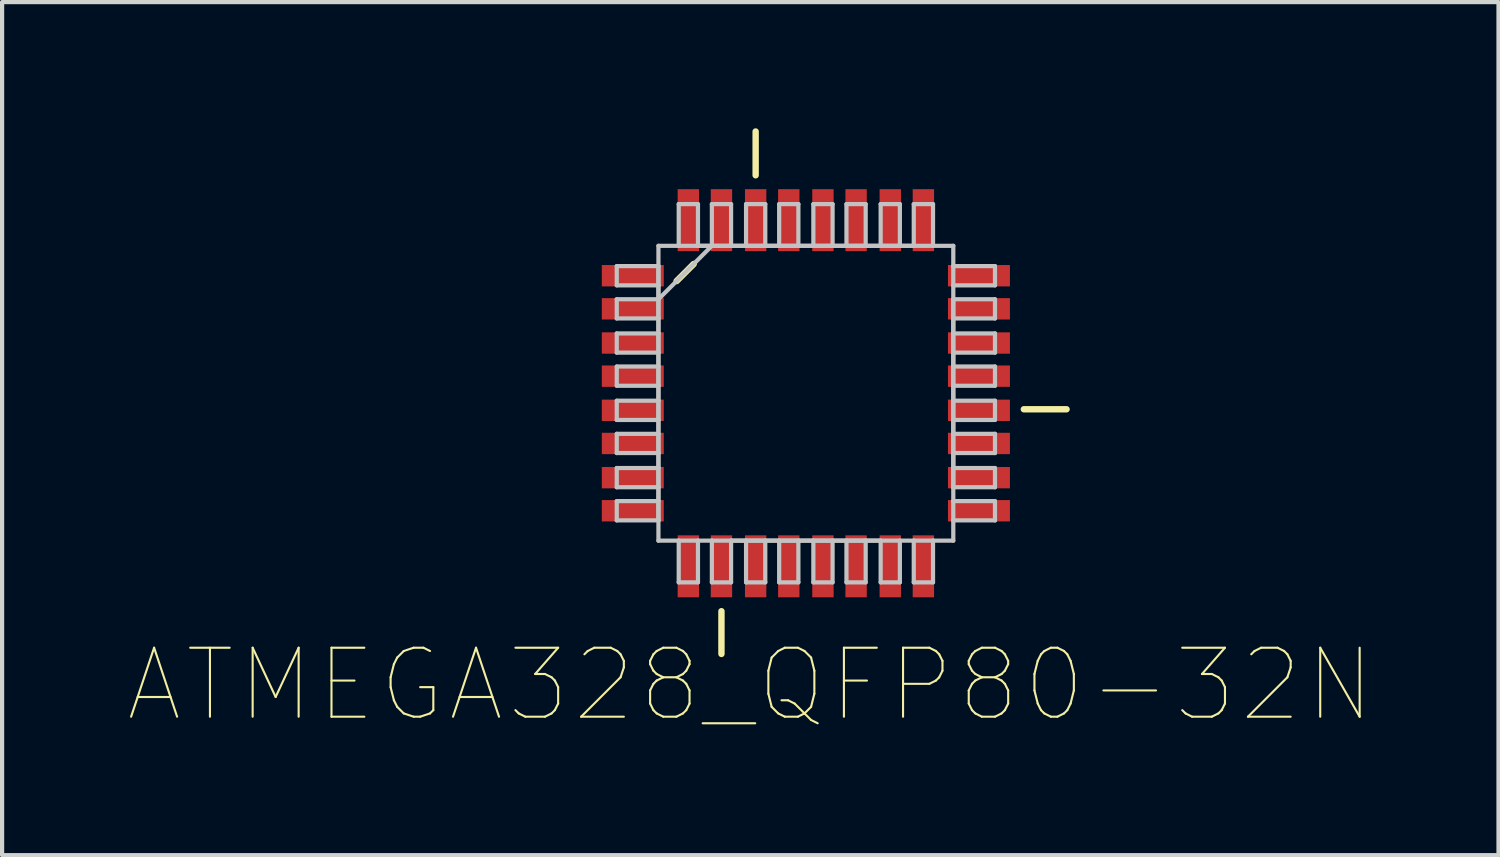
<source format=kicad_pcb>
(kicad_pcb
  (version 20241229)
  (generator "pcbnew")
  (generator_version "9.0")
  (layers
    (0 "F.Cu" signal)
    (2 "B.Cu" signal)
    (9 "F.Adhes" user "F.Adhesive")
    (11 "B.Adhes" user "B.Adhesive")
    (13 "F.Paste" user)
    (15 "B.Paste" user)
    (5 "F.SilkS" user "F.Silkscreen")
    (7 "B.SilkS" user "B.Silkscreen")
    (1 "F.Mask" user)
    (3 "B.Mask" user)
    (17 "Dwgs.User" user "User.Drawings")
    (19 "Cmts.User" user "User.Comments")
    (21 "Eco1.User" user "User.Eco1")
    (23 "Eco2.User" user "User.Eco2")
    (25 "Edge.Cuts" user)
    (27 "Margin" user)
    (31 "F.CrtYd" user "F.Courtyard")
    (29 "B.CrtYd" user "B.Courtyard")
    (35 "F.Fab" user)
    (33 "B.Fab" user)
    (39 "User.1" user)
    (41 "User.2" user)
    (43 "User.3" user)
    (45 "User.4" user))
  (footprint "ATMEGA328_QFP80-32N"
    (layer "F.Cu")
    (at 16.109 6.299)
    (property "Reference" "ATMEGA328_QFP80-32N" (at -1.321 6.934 0) (layer "F.SilkS") (effects (font (size 1.64 1.64) (thickness 0.05))))
    (attr smd)
    (fp_line (start -3.073 -2.667) (end -2.667 -3.073) (stroke (width 0.152) (type solid)) (layer "F.SilkS"))
    (fp_line (start -2.007 6.198) (end -2.007 5.182) (stroke (width 0.152) (type solid)) (layer "F.SilkS"))
    (fp_line (start -1.194 -5.182) (end -1.194 -6.223) (stroke (width 0.152) (type solid)) (layer "F.SilkS"))
    (fp_line (start 5.182 0.381) (end 6.198 0.381) (stroke (width 0.152) (type solid)) (layer "F.SilkS"))
    (fp_line (start -4.496 -3.023) (end -4.496 -2.565) (stroke (width 0.1) (type solid)) (layer "Dwgs.User"))
    (fp_line (start -4.496 -2.565) (end -3.505 -2.565) (stroke (width 0.1) (type solid)) (layer "Dwgs.User"))
    (fp_line (start -4.496 -2.235) (end -4.496 -1.778) (stroke (width 0.1) (type solid)) (layer "Dwgs.User"))
    (fp_line (start -4.496 -1.778) (end -3.505 -1.778) (stroke (width 0.1) (type solid)) (layer "Dwgs.User"))
    (fp_line (start -4.496 -1.422) (end -4.496 -0.965) (stroke (width 0.1) (type solid)) (layer "Dwgs.User"))
    (fp_line (start -4.496 -0.965) (end -3.505 -0.965) (stroke (width 0.1) (type solid)) (layer "Dwgs.User"))
    (fp_line (start -4.496 -0.635) (end -4.496 -0.178) (stroke (width 0.1) (type solid)) (layer "Dwgs.User"))
    (fp_line (start -4.496 -0.178) (end -3.505 -0.178) (stroke (width 0.1) (type solid)) (layer "Dwgs.User"))
    (fp_line (start -4.496 0.178) (end -4.496 0.635) (stroke (width 0.1) (type solid)) (layer "Dwgs.User"))
    (fp_line (start -4.496 0.635) (end -3.505 0.635) (stroke (width 0.1) (type solid)) (layer "Dwgs.User"))
    (fp_line (start -4.496 0.965) (end -4.496 1.422) (stroke (width 0.1) (type solid)) (layer "Dwgs.User"))
    (fp_line (start -4.496 1.422) (end -3.505 1.422) (stroke (width 0.1) (type solid)) (layer "Dwgs.User"))
    (fp_line (start -4.496 1.778) (end -4.496 2.235) (stroke (width 0.1) (type solid)) (layer "Dwgs.User"))
    (fp_line (start -4.496 2.235) (end -3.505 2.235) (stroke (width 0.1) (type solid)) (layer "Dwgs.User"))
    (fp_line (start -4.496 2.565) (end -4.496 3.023) (stroke (width 0.1) (type solid)) (layer "Dwgs.User"))
    (fp_line (start -4.496 3.023) (end -3.505 3.023) (stroke (width 0.1) (type solid)) (layer "Dwgs.User"))
    (fp_line (start -3.505 -3.505) (end -3.505 -3.023) (stroke (width 0.1) (type solid)) (layer "Dwgs.User"))
    (fp_line (start -3.505 -3.023) (end -4.496 -3.023) (stroke (width 0.1) (type solid)) (layer "Dwgs.User"))
    (fp_line (start -3.505 -3.023) (end -3.505 3.023) (stroke (width 0.1) (type solid)) (layer "Dwgs.User"))
    (fp_line (start -3.505 -2.565) (end -3.505 -3.023) (stroke (width 0.1) (type solid)) (layer "Dwgs.User"))
    (fp_line (start -3.505 -2.565) (end -3.505 -2.235) (stroke (width 0.1) (type solid)) (layer "Dwgs.User"))
    (fp_line (start -3.505 -2.235) (end -4.496 -2.235) (stroke (width 0.1) (type solid)) (layer "Dwgs.User"))
    (fp_line (start -3.505 -2.235) (end -2.235 -3.505) (stroke (width 0.1) (type solid)) (layer "Dwgs.User"))
    (fp_line (start -3.505 -1.778) (end -3.505 -2.235) (stroke (width 0.1) (type solid)) (layer "Dwgs.User"))
    (fp_line (start -3.505 -1.778) (end -3.505 -1.422) (stroke (width 0.1) (type solid)) (layer "Dwgs.User"))
    (fp_line (start -3.505 -1.422) (end -4.496 -1.422) (stroke (width 0.1) (type solid)) (layer "Dwgs.User"))
    (fp_line (start -3.505 -0.965) (end -3.505 -1.422) (stroke (width 0.1) (type solid)) (layer "Dwgs.User"))
    (fp_line (start -3.505 -0.965) (end -3.505 -0.635) (stroke (width 0.1) (type solid)) (layer "Dwgs.User"))
    (fp_line (start -3.505 -0.635) (end -4.496 -0.635) (stroke (width 0.1) (type solid)) (layer "Dwgs.User"))
    (fp_line (start -3.505 -0.178) (end -3.505 -0.635) (stroke (width 0.1) (type solid)) (layer "Dwgs.User"))
    (fp_line (start -3.505 -0.178) (end -3.505 0.178) (stroke (width 0.1) (type solid)) (layer "Dwgs.User"))
    (fp_line (start -3.505 0.178) (end -4.496 0.178) (stroke (width 0.1) (type solid)) (layer "Dwgs.User"))
    (fp_line (start -3.505 0.635) (end -3.505 0.178) (stroke (width 0.1) (type solid)) (layer "Dwgs.User"))
    (fp_line (start -3.505 0.635) (end -3.505 0.965) (stroke (width 0.1) (type solid)) (layer "Dwgs.User"))
    (fp_line (start -3.505 0.965) (end -4.496 0.965) (stroke (width 0.1) (type solid)) (layer "Dwgs.User"))
    (fp_line (start -3.505 1.422) (end -3.505 0.965) (stroke (width 0.1) (type solid)) (layer "Dwgs.User"))
    (fp_line (start -3.505 1.422) (end -3.505 1.778) (stroke (width 0.1) (type solid)) (layer "Dwgs.User"))
    (fp_line (start -3.505 1.778) (end -4.496 1.778) (stroke (width 0.1) (type solid)) (layer "Dwgs.User"))
    (fp_line (start -3.505 2.235) (end -3.505 1.778) (stroke (width 0.1) (type solid)) (layer "Dwgs.User"))
    (fp_line (start -3.505 2.235) (end -3.505 2.565) (stroke (width 0.1) (type solid)) (layer "Dwgs.User"))
    (fp_line (start -3.505 2.565) (end -4.496 2.565) (stroke (width 0.1) (type solid)) (layer "Dwgs.User"))
    (fp_line (start -3.505 3.023) (end -3.505 2.565) (stroke (width 0.1) (type solid)) (layer "Dwgs.User"))
    (fp_line (start -3.505 3.023) (end -3.505 3.505) (stroke (width 0.1) (type solid)) (layer "Dwgs.User"))
    (fp_line (start -3.505 3.505) (end -3.023 3.505) (stroke (width 0.1) (type solid)) (layer "Dwgs.User"))
    (fp_line (start -3.023 -4.496) (end -3.023 -3.505) (stroke (width 0.1) (type solid)) (layer "Dwgs.User"))
    (fp_line (start -3.023 -3.505) (end -3.505 -3.505) (stroke (width 0.1) (type solid)) (layer "Dwgs.User"))
    (fp_line (start -3.023 -3.505) (end -2.565 -3.505) (stroke (width 0.1) (type solid)) (layer "Dwgs.User"))
    (fp_line (start -3.023 3.505) (end -3.023 4.496) (stroke (width 0.1) (type solid)) (layer "Dwgs.User"))
    (fp_line (start -3.023 4.496) (end -2.565 4.496) (stroke (width 0.1) (type solid)) (layer "Dwgs.User"))
    (fp_line (start -2.565 -4.496) (end -3.023 -4.496) (stroke (width 0.1) (type solid)) (layer "Dwgs.User"))
    (fp_line (start -2.565 -3.505) (end -2.565 -4.496) (stroke (width 0.1) (type solid)) (layer "Dwgs.User"))
    (fp_line (start -2.565 3.505) (end -3.023 3.505) (stroke (width 0.1) (type solid)) (layer "Dwgs.User"))
    (fp_line (start -2.565 3.505) (end -2.235 3.505) (stroke (width 0.1) (type solid)) (layer "Dwgs.User"))
    (fp_line (start -2.565 4.496) (end -2.565 3.505) (stroke (width 0.1) (type solid)) (layer "Dwgs.User"))
    (fp_line (start -2.235 -4.496) (end -2.235 -3.505) (stroke (width 0.1) (type solid)) (layer "Dwgs.User"))
    (fp_line (start -2.235 -3.505) (end -2.565 -3.505) (stroke (width 0.1) (type solid)) (layer "Dwgs.User"))
    (fp_line (start -2.235 -3.505) (end -1.778 -3.505) (stroke (width 0.1) (type solid)) (layer "Dwgs.User"))
    (fp_line (start -2.235 3.505) (end -2.235 4.496) (stroke (width 0.1) (type solid)) (layer "Dwgs.User"))
    (fp_line (start -2.235 4.496) (end -1.778 4.496) (stroke (width 0.1) (type solid)) (layer "Dwgs.User"))
    (fp_line (start -1.778 -4.496) (end -2.235 -4.496) (stroke (width 0.1) (type solid)) (layer "Dwgs.User"))
    (fp_line (start -1.778 -3.505) (end -1.778 -4.496) (stroke (width 0.1) (type solid)) (layer "Dwgs.User"))
    (fp_line (start -1.778 3.505) (end -2.235 3.505) (stroke (width 0.1) (type solid)) (layer "Dwgs.User"))
    (fp_line (start -1.778 3.505) (end -1.422 3.505) (stroke (width 0.1) (type solid)) (layer "Dwgs.User"))
    (fp_line (start -1.778 3.505) (end 1.778 3.505) (stroke (width 0.1) (type solid)) (layer "Dwgs.User"))
    (fp_line (start -1.778 4.496) (end -1.778 3.505) (stroke (width 0.1) (type solid)) (layer "Dwgs.User"))
    (fp_line (start -1.422 -4.496) (end -1.422 -3.505) (stroke (width 0.1) (type solid)) (layer "Dwgs.User"))
    (fp_line (start -1.422 -3.505) (end -1.778 -3.505) (stroke (width 0.1) (type solid)) (layer "Dwgs.User"))
    (fp_line (start -1.422 -3.505) (end -0.965 -3.505) (stroke (width 0.1) (type solid)) (layer "Dwgs.User"))
    (fp_line (start -1.422 3.505) (end -1.422 4.496) (stroke (width 0.1) (type solid)) (layer "Dwgs.User"))
    (fp_line (start -1.422 4.496) (end -0.965 4.496) (stroke (width 0.1) (type solid)) (layer "Dwgs.User"))
    (fp_line (start -0.965 -4.496) (end -1.422 -4.496) (stroke (width 0.1) (type solid)) (layer "Dwgs.User"))
    (fp_line (start -0.965 -3.505) (end -0.965 -4.496) (stroke (width 0.1) (type solid)) (layer "Dwgs.User"))
    (fp_line (start -0.965 3.505) (end -1.422 3.505) (stroke (width 0.1) (type solid)) (layer "Dwgs.User"))
    (fp_line (start -0.965 3.505) (end -0.635 3.505) (stroke (width 0.1) (type solid)) (layer "Dwgs.User"))
    (fp_line (start -0.965 4.496) (end -0.965 3.505) (stroke (width 0.1) (type solid)) (layer "Dwgs.User"))
    (fp_line (start -0.635 -4.496) (end -0.635 -3.505) (stroke (width 0.1) (type solid)) (layer "Dwgs.User"))
    (fp_line (start -0.635 -3.505) (end -0.965 -3.505) (stroke (width 0.1) (type solid)) (layer "Dwgs.User"))
    (fp_line (start -0.635 -3.505) (end -0.178 -3.505) (stroke (width 0.1) (type solid)) (layer "Dwgs.User"))
    (fp_line (start -0.635 3.505) (end -0.635 4.496) (stroke (width 0.1) (type solid)) (layer "Dwgs.User"))
    (fp_line (start -0.635 4.496) (end -0.178 4.496) (stroke (width 0.1) (type solid)) (layer "Dwgs.User"))
    (fp_line (start -0.178 -4.496) (end -0.635 -4.496) (stroke (width 0.1) (type solid)) (layer "Dwgs.User"))
    (fp_line (start -0.178 -3.505) (end -0.178 -4.496) (stroke (width 0.1) (type solid)) (layer "Dwgs.User"))
    (fp_line (start -0.178 3.505) (end -0.635 3.505) (stroke (width 0.1) (type solid)) (layer "Dwgs.User"))
    (fp_line (start -0.178 3.505) (end 0.178 3.505) (stroke (width 0.1) (type solid)) (layer "Dwgs.User"))
    (fp_line (start -0.178 4.496) (end -0.178 3.505) (stroke (width 0.1) (type solid)) (layer "Dwgs.User"))
    (fp_line (start 0.178 -4.496) (end 0.178 -3.505) (stroke (width 0.1) (type solid)) (layer "Dwgs.User"))
    (fp_line (start 0.178 -3.505) (end -0.178 -3.505) (stroke (width 0.1) (type solid)) (layer "Dwgs.User"))
    (fp_line (start 0.178 -3.505) (end 0.635 -3.505) (stroke (width 0.1) (type solid)) (layer "Dwgs.User"))
    (fp_line (start 0.178 3.505) (end 0.178 4.496) (stroke (width 0.1) (type solid)) (layer "Dwgs.User"))
    (fp_line (start 0.178 4.496) (end 0.635 4.496) (stroke (width 0.1) (type solid)) (layer "Dwgs.User"))
    (fp_line (start 0.635 -4.496) (end 0.178 -4.496) (stroke (width 0.1) (type solid)) (layer "Dwgs.User"))
    (fp_line (start 0.635 -3.505) (end 0.635 -4.496) (stroke (width 0.1) (type solid)) (layer "Dwgs.User"))
    (fp_line (start 0.635 3.505) (end 0.178 3.505) (stroke (width 0.1) (type solid)) (layer "Dwgs.User"))
    (fp_line (start 0.635 3.505) (end 0.965 3.505) (stroke (width 0.1) (type solid)) (layer "Dwgs.User"))
    (fp_line (start 0.635 4.496) (end 0.635 3.505) (stroke (width 0.1) (type solid)) (layer "Dwgs.User"))
    (fp_line (start 0.965 -4.496) (end 0.965 -3.505) (stroke (width 0.1) (type solid)) (layer "Dwgs.User"))
    (fp_line (start 0.965 -3.505) (end 0.635 -3.505) (stroke (width 0.1) (type solid)) (layer "Dwgs.User"))
    (fp_line (start 0.965 -3.505) (end 1.422 -3.505) (stroke (width 0.1) (type solid)) (layer "Dwgs.User"))
    (fp_line (start 0.965 3.505) (end 0.965 4.496) (stroke (width 0.1) (type solid)) (layer "Dwgs.User"))
    (fp_line (start 0.965 4.496) (end 1.422 4.496) (stroke (width 0.1) (type solid)) (layer "Dwgs.User"))
    (fp_line (start 1.422 -4.496) (end 0.965 -4.496) (stroke (width 0.1) (type solid)) (layer "Dwgs.User"))
    (fp_line (start 1.422 -3.505) (end 1.422 -4.496) (stroke (width 0.1) (type solid)) (layer "Dwgs.User"))
    (fp_line (start 1.422 3.505) (end 0.965 3.505) (stroke (width 0.1) (type solid)) (layer "Dwgs.User"))
    (fp_line (start 1.422 3.505) (end 1.778 3.505) (stroke (width 0.1) (type solid)) (layer "Dwgs.User"))
    (fp_line (start 1.422 4.496) (end 1.422 3.505) (stroke (width 0.1) (type solid)) (layer "Dwgs.User"))
    (fp_line (start 1.778 -4.496) (end 1.778 -3.505) (stroke (width 0.1) (type solid)) (layer "Dwgs.User"))
    (fp_line (start 1.778 -3.505) (end 1.422 -3.505) (stroke (width 0.1) (type solid)) (layer "Dwgs.User"))
    (fp_line (start 1.778 -3.505) (end 2.235 -3.505) (stroke (width 0.1) (type solid)) (layer "Dwgs.User"))
    (fp_line (start 1.778 3.505) (end 1.778 4.496) (stroke (width 0.1) (type solid)) (layer "Dwgs.User"))
    (fp_line (start 1.778 4.496) (end 2.235 4.496) (stroke (width 0.1) (type solid)) (layer "Dwgs.User"))
    (fp_line (start 2.235 -4.496) (end 1.778 -4.496) (stroke (width 0.1) (type solid)) (layer "Dwgs.User"))
    (fp_line (start 2.235 -3.505) (end 2.235 -4.496) (stroke (width 0.1) (type solid)) (layer "Dwgs.User"))
    (fp_line (start 2.235 3.505) (end 1.778 3.505) (stroke (width 0.1) (type solid)) (layer "Dwgs.User"))
    (fp_line (start 2.235 3.505) (end 2.565 3.505) (stroke (width 0.1) (type solid)) (layer "Dwgs.User"))
    (fp_line (start 2.235 4.496) (end 2.235 3.505) (stroke (width 0.1) (type solid)) (layer "Dwgs.User"))
    (fp_line (start 2.565 -4.496) (end 2.565 -3.505) (stroke (width 0.1) (type solid)) (layer "Dwgs.User"))
    (fp_line (start 2.565 -3.505) (end -2.565 -3.505) (stroke (width 0.1) (type solid)) (layer "Dwgs.User"))
    (fp_line (start 2.565 -3.505) (end 2.235 -3.505) (stroke (width 0.1) (type solid)) (layer "Dwgs.User"))
    (fp_line (start 2.565 -3.505) (end 3.023 -3.505) (stroke (width 0.1) (type solid)) (layer "Dwgs.User"))
    (fp_line (start 2.565 3.505) (end 2.565 4.496) (stroke (width 0.1) (type solid)) (layer "Dwgs.User"))
    (fp_line (start 2.565 4.496) (end 3.023 4.496) (stroke (width 0.1) (type solid)) (layer "Dwgs.User"))
    (fp_line (start 3.023 -4.496) (end 2.565 -4.496) (stroke (width 0.1) (type solid)) (layer "Dwgs.User"))
    (fp_line (start 3.023 -3.505) (end 3.023 -4.496) (stroke (width 0.1) (type solid)) (layer "Dwgs.User"))
    (fp_line (start 3.023 3.505) (end 2.565 3.505) (stroke (width 0.1) (type solid)) (layer "Dwgs.User"))
    (fp_line (start 3.023 3.505) (end 3.505 3.505) (stroke (width 0.1) (type solid)) (layer "Dwgs.User"))
    (fp_line (start 3.023 4.496) (end 3.023 3.505) (stroke (width 0.1) (type solid)) (layer "Dwgs.User"))
    (fp_line (start 3.505 -3.505) (end 3.023 -3.505) (stroke (width 0.1) (type solid)) (layer "Dwgs.User"))
    (fp_line (start 3.505 -3.023) (end 3.505 -3.505) (stroke (width 0.1) (type solid)) (layer "Dwgs.User"))
    (fp_line (start 3.505 -3.023) (end 3.505 -2.565) (stroke (width 0.1) (type solid)) (layer "Dwgs.User"))
    (fp_line (start 3.505 -2.565) (end 4.496 -2.565) (stroke (width 0.1) (type solid)) (layer "Dwgs.User"))
    (fp_line (start 3.505 -2.235) (end 3.505 -2.565) (stroke (width 0.1) (type solid)) (layer "Dwgs.User"))
    (fp_line (start 3.505 -2.235) (end 3.505 -1.778) (stroke (width 0.1) (type solid)) (layer "Dwgs.User"))
    (fp_line (start 3.505 -1.778) (end 4.496 -1.778) (stroke (width 0.1) (type solid)) (layer "Dwgs.User"))
    (fp_line (start 3.505 -1.422) (end 3.505 -1.778) (stroke (width 0.1) (type solid)) (layer "Dwgs.User"))
    (fp_line (start 3.505 -1.422) (end 3.505 -0.965) (stroke (width 0.1) (type solid)) (layer "Dwgs.User"))
    (fp_line (start 3.505 -0.965) (end 4.496 -0.965) (stroke (width 0.1) (type solid)) (layer "Dwgs.User"))
    (fp_line (start 3.505 -0.635) (end 3.505 -0.965) (stroke (width 0.1) (type solid)) (layer "Dwgs.User"))
    (fp_line (start 3.505 -0.635) (end 3.505 -0.178) (stroke (width 0.1) (type solid)) (layer "Dwgs.User"))
    (fp_line (start 3.505 -0.178) (end 4.496 -0.178) (stroke (width 0.1) (type solid)) (layer "Dwgs.User"))
    (fp_line (start 3.505 0.178) (end 3.505 -0.178) (stroke (width 0.1) (type solid)) (layer "Dwgs.User"))
    (fp_line (start 3.505 0.178) (end 3.505 0.635) (stroke (width 0.1) (type solid)) (layer "Dwgs.User"))
    (fp_line (start 3.505 0.635) (end 4.496 0.635) (stroke (width 0.1) (type solid)) (layer "Dwgs.User"))
    (fp_line (start 3.505 0.965) (end 3.505 0.635) (stroke (width 0.1) (type solid)) (layer "Dwgs.User"))
    (fp_line (start 3.505 0.965) (end 3.505 1.422) (stroke (width 0.1) (type solid)) (layer "Dwgs.User"))
    (fp_line (start 3.505 1.422) (end 4.496 1.422) (stroke (width 0.1) (type solid)) (layer "Dwgs.User"))
    (fp_line (start 3.505 1.778) (end 3.505 1.422) (stroke (width 0.1) (type solid)) (layer "Dwgs.User"))
    (fp_line (start 3.505 1.778) (end 3.505 2.235) (stroke (width 0.1) (type solid)) (layer "Dwgs.User"))
    (fp_line (start 3.505 2.235) (end 3.505 -2.235) (stroke (width 0.1) (type solid)) (layer "Dwgs.User"))
    (fp_line (start 3.505 2.235) (end 4.496 2.235) (stroke (width 0.1) (type solid)) (layer "Dwgs.User"))
    (fp_line (start 3.505 2.565) (end 3.505 2.235) (stroke (width 0.1) (type solid)) (layer "Dwgs.User"))
    (fp_line (start 3.505 2.565) (end 3.505 3.023) (stroke (width 0.1) (type solid)) (layer "Dwgs.User"))
    (fp_line (start 3.505 3.023) (end 4.496 3.023) (stroke (width 0.1) (type solid)) (layer "Dwgs.User"))
    (fp_line (start 3.505 3.505) (end 3.505 3.023) (stroke (width 0.1) (type solid)) (layer "Dwgs.User"))
    (fp_line (start 4.496 -3.023) (end 3.505 -3.023) (stroke (width 0.1) (type solid)) (layer "Dwgs.User"))
    (fp_line (start 4.496 -2.565) (end 4.496 -3.023) (stroke (width 0.1) (type solid)) (layer "Dwgs.User"))
    (fp_line (start 4.496 -2.235) (end 3.505 -2.235) (stroke (width 0.1) (type solid)) (layer "Dwgs.User"))
    (fp_line (start 4.496 -1.778) (end 4.496 -2.235) (stroke (width 0.1) (type solid)) (layer "Dwgs.User"))
    (fp_line (start 4.496 -1.422) (end 3.505 -1.422) (stroke (width 0.1) (type solid)) (layer "Dwgs.User"))
    (fp_line (start 4.496 -0.965) (end 4.496 -1.422) (stroke (width 0.1) (type solid)) (layer "Dwgs.User"))
    (fp_line (start 4.496 -0.635) (end 3.505 -0.635) (stroke (width 0.1) (type solid)) (layer "Dwgs.User"))
    (fp_line (start 4.496 -0.178) (end 4.496 -0.635) (stroke (width 0.1) (type solid)) (layer "Dwgs.User"))
    (fp_line (start 4.496 0.178) (end 3.505 0.178) (stroke (width 0.1) (type solid)) (layer "Dwgs.User"))
    (fp_line (start 4.496 0.635) (end 4.496 0.178) (stroke (width 0.1) (type solid)) (layer "Dwgs.User"))
    (fp_line (start 4.496 0.965) (end 3.505 0.965) (stroke (width 0.1) (type solid)) (layer "Dwgs.User"))
    (fp_line (start 4.496 1.422) (end 4.496 0.965) (stroke (width 0.1) (type solid)) (layer "Dwgs.User"))
    (fp_line (start 4.496 1.778) (end 3.505 1.778) (stroke (width 0.1) (type solid)) (layer "Dwgs.User"))
    (fp_line (start 4.496 2.235) (end 4.496 1.778) (stroke (width 0.1) (type solid)) (layer "Dwgs.User"))
    (fp_line (start 4.496 2.565) (end 3.505 2.565) (stroke (width 0.1) (type solid)) (layer "Dwgs.User"))
    (fp_line (start 4.496 3.023) (end 4.496 2.565) (stroke (width 0.1) (type solid)) (layer "Dwgs.User"))
    (pad "1" smd rect (at -4.115 -2.794 270) (size 0.508 1.473) (layers "F.Cu" "F.Mask" "F.Paste"))
    (pad "2" smd rect (at -4.115 -2.007 270) (size 0.508 1.473) (layers "F.Cu" "F.Mask" "F.Paste"))
    (pad "3" smd rect (at -4.115 -1.194 270) (size 0.508 1.473) (layers "F.Cu" "F.Mask" "F.Paste"))
    (pad "4" smd rect (at -4.115 -0.406 270) (size 0.508 1.473) (layers "F.Cu" "F.Mask" "F.Paste"))
    (pad "5" smd rect (at -4.115 0.406 270) (size 0.508 1.473) (layers "F.Cu" "F.Mask" "F.Paste"))
    (pad "6" smd rect (at -4.115 1.194 270) (size 0.508 1.473) (layers "F.Cu" "F.Mask" "F.Paste"))
    (pad "7" smd rect (at -4.115 2.007 270) (size 0.508 1.473) (layers "F.Cu" "F.Mask" "F.Paste"))
    (pad "8" smd rect (at -4.115 2.794 270) (size 0.508 1.473) (layers "F.Cu" "F.Mask" "F.Paste"))
    (pad "9" smd rect (at -2.794 4.115 180) (size 0.508 1.473) (layers "F.Cu" "F.Mask" "F.Paste"))
    (pad "10" smd rect (at -2.007 4.115 180) (size 0.508 1.473) (layers "F.Cu" "F.Mask" "F.Paste"))
    (pad "11" smd rect (at -1.194 4.115 180) (size 0.508 1.473) (layers "F.Cu" "F.Mask" "F.Paste"))
    (pad "12" smd rect (at -0.406 4.115 180) (size 0.508 1.473) (layers "F.Cu" "F.Mask" "F.Paste"))
    (pad "13" smd rect (at 0.406 4.115 180) (size 0.508 1.473) (layers "F.Cu" "F.Mask" "F.Paste"))
    (pad "14" smd rect (at 1.194 4.115 180) (size 0.508 1.473) (layers "F.Cu" "F.Mask" "F.Paste"))
    (pad "15" smd rect (at 2.007 4.115 180) (size 0.508 1.473) (layers "F.Cu" "F.Mask" "F.Paste"))
    (pad "16" smd rect (at 2.794 4.115 180) (size 0.508 1.473) (layers "F.Cu" "F.Mask" "F.Paste"))
    (pad "17" smd rect (at 4.115 2.794 270) (size 0.508 1.473) (layers "F.Cu" "F.Mask" "F.Paste"))
    (pad "18" smd rect (at 4.115 2.007 270) (size 0.508 1.473) (layers "F.Cu" "F.Mask" "F.Paste"))
    (pad "19" smd rect (at 4.115 1.194 270) (size 0.508 1.473) (layers "F.Cu" "F.Mask" "F.Paste"))
    (pad "20" smd rect (at 4.115 0.406 270) (size 0.508 1.473) (layers "F.Cu" "F.Mask" "F.Paste"))
    (pad "21" smd rect (at 4.115 -0.406 270) (size 0.508 1.473) (layers "F.Cu" "F.Mask" "F.Paste"))
    (pad "22" smd rect (at 4.115 -1.194 270) (size 0.508 1.473) (layers "F.Cu" "F.Mask" "F.Paste"))
    (pad "23" smd rect (at 4.115 -2.007 270) (size 0.508 1.473) (layers "F.Cu" "F.Mask" "F.Paste"))
    (pad "24" smd rect (at 4.115 -2.794 270) (size 0.508 1.473) (layers "F.Cu" "F.Mask" "F.Paste"))
    (pad "25" smd rect (at 2.794 -4.115 180) (size 0.508 1.473) (layers "F.Cu" "F.Mask" "F.Paste"))
    (pad "26" smd rect (at 2.007 -4.115 180) (size 0.508 1.473) (layers "F.Cu" "F.Mask" "F.Paste"))
    (pad "27" smd rect (at 1.194 -4.115 180) (size 0.508 1.473) (layers "F.Cu" "F.Mask" "F.Paste"))
    (pad "28" smd rect (at 0.406 -4.115 180) (size 0.508 1.473) (layers "F.Cu" "F.Mask" "F.Paste"))
    (pad "29" smd rect (at -0.406 -4.115 180) (size 0.508 1.473) (layers "F.Cu" "F.Mask" "F.Paste"))
    (pad "30" smd rect (at -1.194 -4.115 180) (size 0.508 1.473) (layers "F.Cu" "F.Mask" "F.Paste"))
    (pad "31" smd rect (at -2.007 -4.115 180) (size 0.508 1.473) (layers "F.Cu" "F.Mask" "F.Paste"))
    (pad "32" smd rect (at -2.794 -4.115 180) (size 0.508 1.473) (layers "F.Cu" "F.Mask" "F.Paste")))
  (gr_rect
    (start -3 -3)
    (end 32.576 17.281)
    (stroke (width 0.1) (type default))
    (fill no)
    (layer "Edge.Cuts")))
</source>
